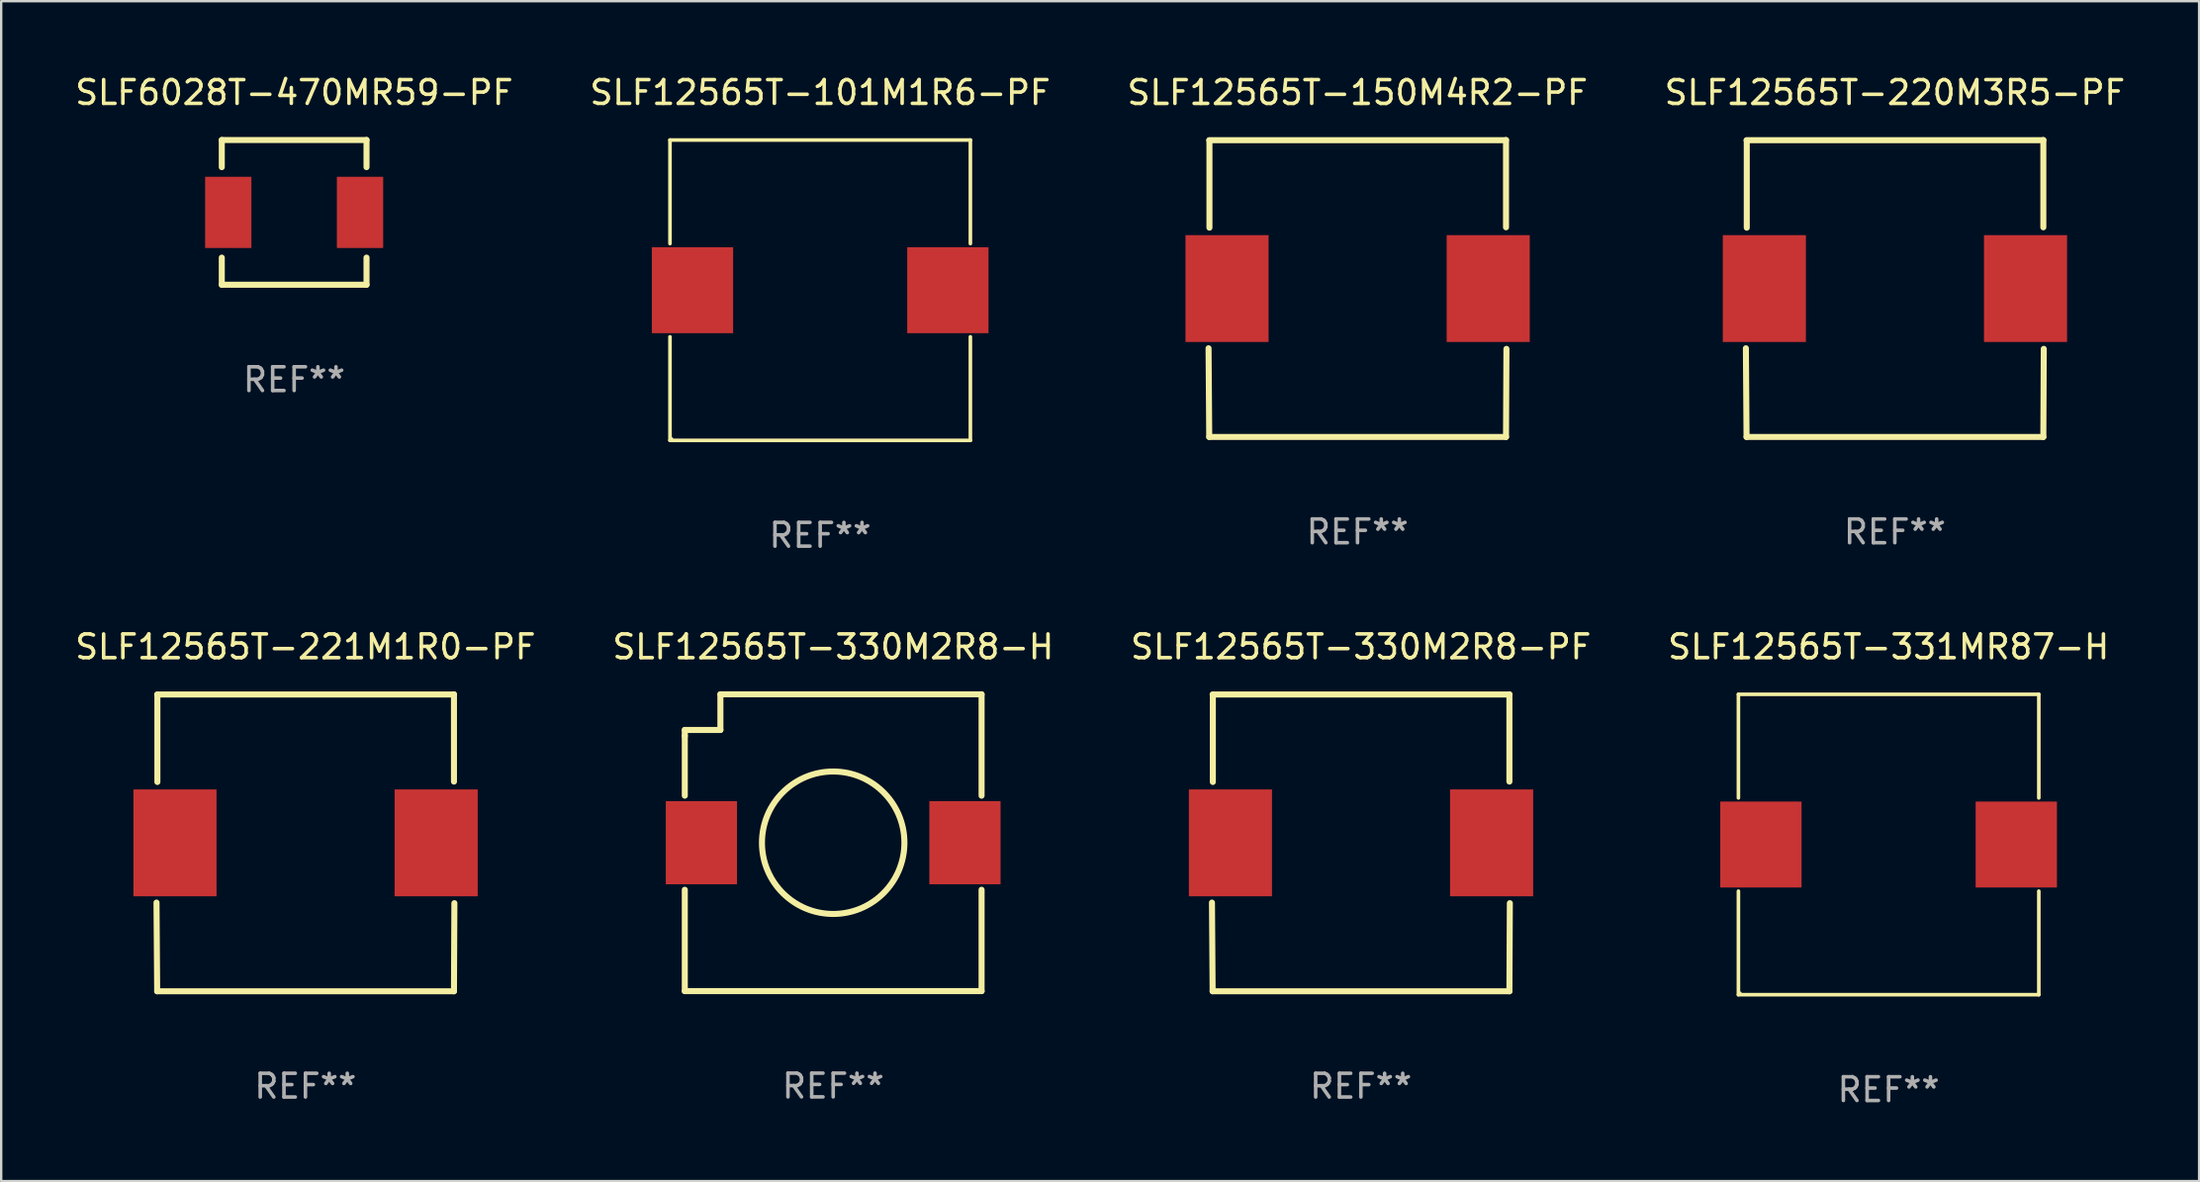
<source format=kicad_pcb>
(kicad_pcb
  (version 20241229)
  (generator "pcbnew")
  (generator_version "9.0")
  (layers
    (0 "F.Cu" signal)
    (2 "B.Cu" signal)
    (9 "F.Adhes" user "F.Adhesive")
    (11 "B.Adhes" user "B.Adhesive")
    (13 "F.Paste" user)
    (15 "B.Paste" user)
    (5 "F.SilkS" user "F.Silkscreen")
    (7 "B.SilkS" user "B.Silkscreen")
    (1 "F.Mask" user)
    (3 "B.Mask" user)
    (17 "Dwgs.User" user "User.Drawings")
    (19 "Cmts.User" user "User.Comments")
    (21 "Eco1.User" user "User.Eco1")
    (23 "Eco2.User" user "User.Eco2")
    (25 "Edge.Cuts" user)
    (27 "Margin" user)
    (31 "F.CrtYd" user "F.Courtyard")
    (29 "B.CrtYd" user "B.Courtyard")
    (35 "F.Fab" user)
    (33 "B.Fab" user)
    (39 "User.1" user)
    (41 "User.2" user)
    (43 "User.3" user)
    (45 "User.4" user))
  (footprint "SLF6028T-470MR59-PF"
    (layer "F.Cu")
    (at 9.339 5.896)
    (property "Reference" "SLF6028T-470MR59-PF" (at 0 -5.048 0) (layer "F.SilkS") (effects (font (size 1 1) (thickness 0.15))))
    (attr through_hole)
    (fp_line (start -3.048 -3.048) (end 3.048 -3.048) (stroke (width 0.254) (type solid)) (layer "F.SilkS"))
    (fp_line (start -3.048 -1.905) (end -3.048 -3.048) (stroke (width 0.254) (type solid)) (layer "F.SilkS"))
    (fp_line (start -3.048 3.048) (end -3.048 1.905) (stroke (width 0.254) (type solid)) (layer "F.SilkS"))
    (fp_line (start 3.048 -3.048) (end 3.048 -1.905) (stroke (width 0.254) (type solid)) (layer "F.SilkS"))
    (fp_line (start 3.048 1.905) (end 3.048 3.048) (stroke (width 0.254) (type solid)) (layer "F.SilkS"))
    (fp_line (start 3.048 3.048) (end -3.048 3.048) (stroke (width 0.254) (type solid)) (layer "F.SilkS"))
    (fp_circle (center 3 -3) (end 3.03 -3) (stroke (width 0.06) (type solid)) (fill no) (layer "F.SilkS"))
    (fp_text user "REF**" (at 0 7.048 0) (layer "F.Fab") (effects (font (size 1 1) (thickness 0.15))))
    (pad "1" smd rect (at 2.775 0) (size 1.95 3) (layers "F.Cu" "F.Mask" "F.Paste"))
    (pad "2" smd rect (at -2.775 0) (size 1.95 3) (layers "F.Cu" "F.Mask" "F.Paste")))
  (footprint "SLF12565T-101M1R6-PF"
    (layer "F.Cu")
    (at 31.494 9.174)
    (property "Reference" "SLF12565T-101M1R6-PF" (at 0 -8.326 0) (layer "F.SilkS") (effects (font (size 1 1) (thickness 0.15))))
    (attr through_hole)
    (fp_line (start -6.326 -6.326) (end 6.326 -6.326) (stroke (width 0.152) (type solid)) (layer "F.SilkS"))
    (fp_line (start -6.326 -1.962) (end -6.326 -6.326) (stroke (width 0.152) (type solid)) (layer "F.SilkS"))
    (fp_line (start -6.326 1.962) (end -6.326 6.326) (stroke (width 0.152) (type solid)) (layer "F.SilkS"))
    (fp_line (start -6.326 6.326) (end 6.326 6.326) (stroke (width 0.152) (type solid)) (layer "F.SilkS"))
    (fp_line (start 6.326 -6.326) (end 6.326 -1.962) (stroke (width 0.152) (type solid)) (layer "F.SilkS"))
    (fp_line (start 6.326 6.326) (end 6.326 1.962) (stroke (width 0.152) (type solid)) (layer "F.SilkS"))
    (fp_circle (center -6.25 6.25) (end -6.22 6.25) (stroke (width 0.06) (type solid)) (fill no) (layer "F.SilkS"))
    (fp_text user "REF**" (at 0 10.326 0) (layer "F.Fab") (effects (font (size 1 1) (thickness 0.15))))
    (pad "1" smd rect (at 5.378 0) (size 3.424 3.62) (layers "F.Cu" "F.Mask" "F.Paste"))
    (pad "2" smd rect (at -5.378 0) (size 3.424 3.62) (layers "F.Cu" "F.Mask" "F.Paste")))
  (footprint "SLF12565T-220M3R5-PF"
    (layer "F.Cu")
    (at 76.756 9.102)
    (property "Reference" "SLF12565T-220M3R5-PF" (at 0 -8.253 0) (layer "F.SilkS") (effects (font (size 1 1) (thickness 0.15))))
    (attr through_hole)
    (fp_line (start -6.273 2.518) (end -6.245 6.253) (stroke (width 0.254) (type solid)) (layer "F.SilkS"))
    (fp_line (start -6.245 -6.247) (end 6.255 -6.247) (stroke (width 0.254) (type solid)) (layer "F.SilkS"))
    (fp_line (start -6.245 6.253) (end 6.255 6.253) (stroke (width 0.254) (type solid)) (layer "F.SilkS"))
    (fp_line (start -6.236 -6.237) (end -6.236 -2.562) (stroke (width 0.254) (type solid)) (layer "F.SilkS"))
    (fp_line (start 6.255 -6.253) (end 6.255 -2.578) (stroke (width 0.254) (type solid)) (layer "F.SilkS"))
    (fp_line (start 6.255 6.253) (end 6.273 2.543) (stroke (width 0.254) (type solid)) (layer "F.SilkS"))
    (fp_circle (center -6.245 6.253) (end -6.215 6.253) (stroke (width 0.06) (type solid)) (fill no) (layer "F.SilkS"))
    (fp_text user "REF**" (at 0 10.253 0) (layer "F.Fab") (effects (font (size 1 1) (thickness 0.15))))
    (pad "1" smd rect (at -5.495 0.003) (size 3.5 4.5) (layers "F.Cu" "F.Mask" "F.Paste"))
    (pad "2" smd rect (at 5.505 0.003) (size 3.5 4.5) (layers "F.Cu" "F.Mask" "F.Paste")))
  (footprint "SLF12565T-150M4R2-PF"
    (layer "F.Cu")
    (at 54.125 9.102)
    (property "Reference" "SLF12565T-150M4R2-PF" (at 0 -8.253 0) (layer "F.SilkS") (effects (font (size 1 1) (thickness 0.15))))
    (attr through_hole)
    (fp_line (start -6.273 2.518) (end -6.245 6.253) (stroke (width 0.254) (type solid)) (layer "F.SilkS"))
    (fp_line (start -6.245 -6.247) (end 6.255 -6.247) (stroke (width 0.254) (type solid)) (layer "F.SilkS"))
    (fp_line (start -6.245 6.253) (end 6.255 6.253) (stroke (width 0.254) (type solid)) (layer "F.SilkS"))
    (fp_line (start -6.236 -6.237) (end -6.236 -2.562) (stroke (width 0.254) (type solid)) (layer "F.SilkS"))
    (fp_line (start 6.255 -6.253) (end 6.255 -2.578) (stroke (width 0.254) (type solid)) (layer "F.SilkS"))
    (fp_line (start 6.255 6.253) (end 6.273 2.543) (stroke (width 0.254) (type solid)) (layer "F.SilkS"))
    (fp_circle (center -6.245 6.253) (end -6.215 6.253) (stroke (width 0.06) (type solid)) (fill no) (layer "F.SilkS"))
    (fp_text user "REF**" (at 0 10.253 0) (layer "F.Fab") (effects (font (size 1 1) (thickness 0.15))))
    (pad "1" smd rect (at -5.495 0.003) (size 3.5 4.5) (layers "F.Cu" "F.Mask" "F.Paste"))
    (pad "2" smd rect (at 5.505 0.003) (size 3.5 4.5) (layers "F.Cu" "F.Mask" "F.Paste")))
  (footprint "SLF12565T-330M2R8-H"
    (layer "F.Cu")
    (at 32.042 32.447)
    (property "Reference" "SLF12565T-330M2R8-H" (at 0 -8.25 0) (layer "F.SilkS") (effects (font (size 1 1) (thickness 0.15))))
    (attr through_hole)
    (fp_line (start -6.25 -4.75) (end -4.75 -4.75) (stroke (width 0.254) (type solid)) (layer "F.SilkS"))
    (fp_line (start -6.25 -4.5) (end -6.25 -4.75) (stroke (width 0.254) (type solid)) (layer "F.SilkS"))
    (fp_line (start -6.25 -4.5) (end -6.25 -1.981) (stroke (width 0.254) (type solid)) (layer "F.SilkS"))
    (fp_line (start -6.25 6.25) (end -6.25 1.981) (stroke (width 0.254) (type solid)) (layer "F.SilkS"))
    (fp_line (start -6.25 6.25) (end 6.25 6.25) (stroke (width 0.254) (type solid)) (layer "F.SilkS"))
    (fp_line (start -4.75 -6.25) (end -4.5 -6.25) (stroke (width 0.254) (type solid)) (layer "F.SilkS"))
    (fp_line (start -4.75 -4.75) (end -4.75 -6.25) (stroke (width 0.254) (type solid)) (layer "F.SilkS"))
    (fp_line (start -4.5 -6.25) (end 6.25 -6.25) (stroke (width 0.254) (type solid)) (layer "F.SilkS"))
    (fp_line (start 6.25 -6.25) (end 6.25 -1.981) (stroke (width 0.254) (type solid)) (layer "F.SilkS"))
    (fp_line (start 6.25 1.981) (end 6.25 6.25) (stroke (width 0.254) (type solid)) (layer "F.SilkS"))
    (fp_circle (center -6.25 6.25) (end -6.22 6.25) (stroke (width 0.06) (type solid)) (fill no) (layer "F.SilkS"))
    (fp_circle (center 0 0.000025) (end 3 0.000025) (stroke (width 0.254) (type solid)) (fill no) (layer "F.SilkS"))
    (fp_text user "REF**" (at 0 10.25 0) (layer "F.Fab") (effects (font (size 1 1) (thickness 0.15))))
    (pad "1" smd rect (at -5.55 0.000025) (size 3 3.5) (layers "F.Cu" "F.Mask" "F.Paste"))
    (pad "2" smd rect (at 5.55 0.000025) (size 3 3.5) (layers "F.Cu" "F.Mask" "F.Paste")))
  (footprint "SLF12565T-331MR87-H"
    (layer "F.Cu")
    (at 76.494 32.523)
    (property "Reference" "SLF12565T-331MR87-H" (at 0 -8.326 0) (layer "F.SilkS") (effects (font (size 1 1) (thickness 0.15))))
    (attr through_hole)
    (fp_line (start -6.326 -6.326) (end 6.326 -6.326) (stroke (width 0.152) (type solid)) (layer "F.SilkS"))
    (fp_line (start -6.326 -1.962) (end -6.326 -6.326) (stroke (width 0.152) (type solid)) (layer "F.SilkS"))
    (fp_line (start -6.326 1.962) (end -6.326 6.326) (stroke (width 0.152) (type solid)) (layer "F.SilkS"))
    (fp_line (start -6.326 6.326) (end 6.326 6.326) (stroke (width 0.152) (type solid)) (layer "F.SilkS"))
    (fp_line (start 6.326 -6.326) (end 6.326 -1.962) (stroke (width 0.152) (type solid)) (layer "F.SilkS"))
    (fp_line (start 6.326 6.326) (end 6.326 1.962) (stroke (width 0.152) (type solid)) (layer "F.SilkS"))
    (fp_circle (center -6.25 6.25) (end -6.22 6.25) (stroke (width 0.06) (type solid)) (fill no) (layer "F.SilkS"))
    (fp_text user "REF**" (at 0 10.326 0) (layer "F.Fab") (effects (font (size 1 1) (thickness 0.15))))
    (pad "1" smd rect (at 5.378 0) (size 3.424 3.62) (layers "F.Cu" "F.Mask" "F.Paste"))
    (pad "2" smd rect (at -5.378 0) (size 3.424 3.62) (layers "F.Cu" "F.Mask" "F.Paste")))
  (footprint "SLF12565T-221M1R0-PF"
    (layer "F.Cu")
    (at 9.815 32.45)
    (property "Reference" "SLF12565T-221M1R0-PF" (at 0 -8.253 0) (layer "F.SilkS") (effects (font (size 1 1) (thickness 0.15))))
    (attr through_hole)
    (fp_line (start -6.273 2.518) (end -6.245 6.253) (stroke (width 0.254) (type solid)) (layer "F.SilkS"))
    (fp_line (start -6.245 -6.247) (end 6.255 -6.247) (stroke (width 0.254) (type solid)) (layer "F.SilkS"))
    (fp_line (start -6.245 6.253) (end 6.255 6.253) (stroke (width 0.254) (type solid)) (layer "F.SilkS"))
    (fp_line (start -6.236 -6.237) (end -6.236 -2.562) (stroke (width 0.254) (type solid)) (layer "F.SilkS"))
    (fp_line (start 6.255 -6.253) (end 6.255 -2.578) (stroke (width 0.254) (type solid)) (layer "F.SilkS"))
    (fp_line (start 6.255 6.253) (end 6.273 2.543) (stroke (width 0.254) (type solid)) (layer "F.SilkS"))
    (fp_circle (center -6.245 6.253) (end -6.215 6.253) (stroke (width 0.06) (type solid)) (fill no) (layer "F.SilkS"))
    (fp_text user "REF**" (at 0 10.253 0) (layer "F.Fab") (effects (font (size 1 1) (thickness 0.15))))
    (pad "1" smd rect (at -5.495 0.003) (size 3.5 4.5) (layers "F.Cu" "F.Mask" "F.Paste"))
    (pad "2" smd rect (at 5.505 0.003) (size 3.5 4.5) (layers "F.Cu" "F.Mask" "F.Paste")))
  (footprint "SLF12565T-330M2R8-PF"
    (layer "F.Cu")
    (at 54.268 32.45)
    (property "Reference" "SLF12565T-330M2R8-PF" (at 0 -8.253 0) (layer "F.SilkS") (effects (font (size 1 1) (thickness 0.15))))
    (attr through_hole)
    (fp_line (start -6.273 2.518) (end -6.245 6.253) (stroke (width 0.254) (type solid)) (layer "F.SilkS"))
    (fp_line (start -6.245 -6.247) (end 6.255 -6.247) (stroke (width 0.254) (type solid)) (layer "F.SilkS"))
    (fp_line (start -6.245 6.253) (end 6.255 6.253) (stroke (width 0.254) (type solid)) (layer "F.SilkS"))
    (fp_line (start -6.236 -6.237) (end -6.236 -2.562) (stroke (width 0.254) (type solid)) (layer "F.SilkS"))
    (fp_line (start 6.255 -6.253) (end 6.255 -2.578) (stroke (width 0.254) (type solid)) (layer "F.SilkS"))
    (fp_line (start 6.255 6.253) (end 6.273 2.543) (stroke (width 0.254) (type solid)) (layer "F.SilkS"))
    (fp_circle (center -6.245 6.253) (end -6.215 6.253) (stroke (width 0.06) (type solid)) (fill no) (layer "F.SilkS"))
    (fp_text user "REF**" (at 0 10.253 0) (layer "F.Fab") (effects (font (size 1 1) (thickness 0.15))))
    (pad "1" smd rect (at -5.495 0.003) (size 3.5 4.5) (layers "F.Cu" "F.Mask" "F.Paste"))
    (pad "2" smd rect (at 5.505 0.003) (size 3.5 4.5) (layers "F.Cu" "F.Mask" "F.Paste")))
  (gr_rect
    (start -3 -3)
    (end 89.571 46.698)
    (stroke (width 0.1) (type default))
    (fill no)
    (layer "Edge.Cuts")))
</source>
